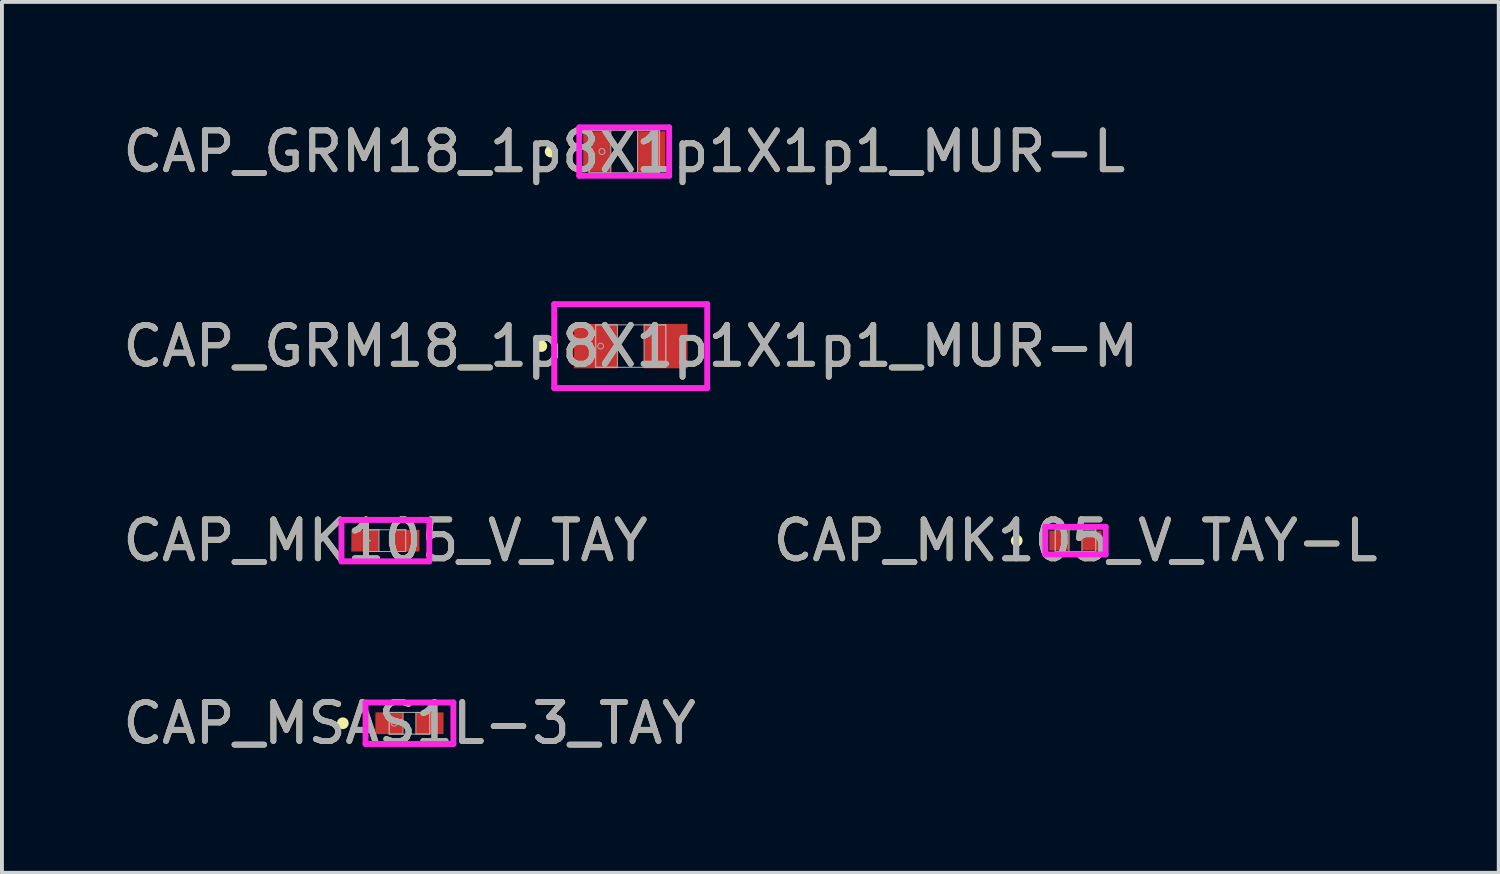
<source format=kicad_pcb>
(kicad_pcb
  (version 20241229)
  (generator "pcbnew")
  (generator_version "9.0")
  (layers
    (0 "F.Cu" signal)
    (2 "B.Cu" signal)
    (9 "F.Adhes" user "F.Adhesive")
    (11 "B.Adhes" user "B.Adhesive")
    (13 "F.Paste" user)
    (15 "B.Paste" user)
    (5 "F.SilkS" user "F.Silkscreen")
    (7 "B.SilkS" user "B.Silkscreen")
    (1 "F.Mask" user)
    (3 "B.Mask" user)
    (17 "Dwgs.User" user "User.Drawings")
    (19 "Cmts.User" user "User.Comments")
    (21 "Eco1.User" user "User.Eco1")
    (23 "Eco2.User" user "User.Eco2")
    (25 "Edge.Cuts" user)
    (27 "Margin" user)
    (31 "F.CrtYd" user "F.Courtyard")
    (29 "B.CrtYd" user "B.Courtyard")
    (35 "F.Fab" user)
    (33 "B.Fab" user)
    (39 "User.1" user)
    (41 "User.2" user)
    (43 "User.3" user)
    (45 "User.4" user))
  (footprint "CAP_MK105_V_TAY-L"
    (layer "F.Cu")
    (at 24.613 10.856)
    (property "Reference" "CAP_MK105_V_TAY-L" (at 0 0 0) (unlocked yes) (layer "F.SilkS") (effects (font (size 1 1) (thickness 0.15))))
    (attr smd)
    (fp_circle (center -1.511 0) (end -1.435 0) (stroke (width 0.152) (type solid)) (fill no) (layer "F.SilkS"))
    (fp_line (start -0.775 -0.356) (end 0.775 -0.356) (stroke (width 0.152) (type solid)) (layer "F.CrtYd"))
    (fp_line (start -0.775 0.356) (end -0.775 -0.356) (stroke (width 0.152) (type solid)) (layer "F.CrtYd"))
    (fp_line (start 0.775 -0.356) (end 0.775 0.356) (stroke (width 0.152) (type solid)) (layer "F.CrtYd"))
    (fp_line (start 0.775 0.356) (end -0.775 0.356) (stroke (width 0.152) (type solid)) (layer "F.CrtYd"))
    (fp_line (start -0.521 -0.279) (end -0.521 0.279) (stroke (width 0.025) (type solid)) (layer "F.Fab"))
    (fp_line (start -0.521 -0.279) (end -0.521 0.279) (stroke (width 0.025) (type solid)) (layer "F.Fab"))
    (fp_line (start -0.521 0.279) (end -0.165 0.279) (stroke (width 0.025) (type solid)) (layer "F.Fab"))
    (fp_line (start -0.521 0.279) (end 0.521 0.279) (stroke (width 0.025) (type solid)) (layer "F.Fab"))
    (fp_line (start -0.165 -0.279) (end -0.521 -0.279) (stroke (width 0.025) (type solid)) (layer "F.Fab"))
    (fp_line (start -0.165 0.279) (end -0.165 -0.279) (stroke (width 0.025) (type solid)) (layer "F.Fab"))
    (fp_line (start 0.165 -0.279) (end 0.165 0.279) (stroke (width 0.025) (type solid)) (layer "F.Fab"))
    (fp_line (start 0.165 0.279) (end 0.521 0.279) (stroke (width 0.025) (type solid)) (layer "F.Fab"))
    (fp_line (start 0.521 -0.279) (end -0.521 -0.279) (stroke (width 0.025) (type solid)) (layer "F.Fab"))
    (fp_line (start 0.521 -0.279) (end 0.165 -0.279) (stroke (width 0.025) (type solid)) (layer "F.Fab"))
    (fp_line (start 0.521 0.279) (end 0.521 -0.279) (stroke (width 0.025) (type solid)) (layer "F.Fab"))
    (fp_line (start 0.521 0.279) (end 0.521 -0.279) (stroke (width 0.025) (type solid)) (layer "F.Fab"))
    (fp_circle (center -0.292 0) (end -0.216 0) (stroke (width 0.025) (type solid)) (fill no) (layer "F.Fab"))
    (fp_text user "${REFERENCE}" (at 0 0 0) (unlocked yes) (layer "F.Fab") (effects (font (size 1 1) (thickness 0.15))))
    (pad "1" smd rect (at -0.419 0) (size 0.508 0.508) (layers "F.Cu" "F.Mask" "F.Paste"))
    (pad "2" smd rect (at 0.419 0) (size 0.508 0.508) (layers "F.Cu" "F.Mask" "F.Paste"))
    (zone (net_name "") (layer "F.Cu") (hatch full 0.508) (connect_pads) (min_thickness 0.254) (filled_areas_thickness no) (keepout (tracks not_allowed) (vias not_allowed) (pads allowed) (copperpour not_allowed) (footprints allowed)) (placement (enabled no)) (fill) (polygon (pts (xy 24.499 10.628) (xy 24.727 10.628) (xy 24.727 11.085) (xy 24.499 11.085)))))
  (footprint "CAP_GRM18_1p8X1p1X1p1_MUR-L"
    (layer "F.Cu")
    (at 13.006 0.848)
    (property "Reference" "CAP_GRM18_1p8X1p1X1p1_MUR-L" (at 0 0 0) (unlocked yes) (layer "F.SilkS") (effects (font (size 1 1) (thickness 0.15))))
    (attr smd)
    (fp_circle (center -1.892 0) (end -1.816 0) (stroke (width 0.152) (type solid)) (fill no) (layer "F.SilkS"))
    (fp_line (start -1.156 -0.622) (end 1.156 -0.622) (stroke (width 0.152) (type solid)) (layer "F.CrtYd"))
    (fp_line (start -1.156 0.622) (end -1.156 -0.622) (stroke (width 0.152) (type solid)) (layer "F.CrtYd"))
    (fp_line (start 1.156 -0.622) (end 1.156 0.622) (stroke (width 0.152) (type solid)) (layer "F.CrtYd"))
    (fp_line (start 1.156 0.622) (end -1.156 0.622) (stroke (width 0.152) (type solid)) (layer "F.CrtYd"))
    (fp_line (start -0.902 -0.546) (end -0.902 0.546) (stroke (width 0.025) (type solid)) (layer "F.Fab"))
    (fp_line (start -0.902 -0.546) (end -0.902 0.546) (stroke (width 0.025) (type solid)) (layer "F.Fab"))
    (fp_line (start -0.902 0.546) (end -0.343 0.546) (stroke (width 0.025) (type solid)) (layer "F.Fab"))
    (fp_line (start -0.902 0.546) (end 0.902 0.546) (stroke (width 0.025) (type solid)) (layer "F.Fab"))
    (fp_line (start -0.343 -0.546) (end -0.902 -0.546) (stroke (width 0.025) (type solid)) (layer "F.Fab"))
    (fp_line (start -0.343 0.546) (end -0.343 -0.546) (stroke (width 0.025) (type solid)) (layer "F.Fab"))
    (fp_line (start 0.343 -0.546) (end 0.343 0.546) (stroke (width 0.025) (type solid)) (layer "F.Fab"))
    (fp_line (start 0.343 0.546) (end 0.902 0.546) (stroke (width 0.025) (type solid)) (layer "F.Fab"))
    (fp_line (start 0.902 -0.546) (end -0.902 -0.546) (stroke (width 0.025) (type solid)) (layer "F.Fab"))
    (fp_line (start 0.902 -0.546) (end 0.343 -0.546) (stroke (width 0.025) (type solid)) (layer "F.Fab"))
    (fp_line (start 0.902 0.546) (end 0.902 -0.546) (stroke (width 0.025) (type solid)) (layer "F.Fab"))
    (fp_line (start 0.902 0.546) (end 0.902 -0.546) (stroke (width 0.025) (type solid)) (layer "F.Fab"))
    (fp_circle (center -0.572 0) (end -0.495 0) (stroke (width 0.025) (type solid)) (fill no) (layer "F.Fab"))
    (fp_text user "${REFERENCE}" (at 0 0 0) (unlocked yes) (layer "F.Fab") (effects (font (size 1 1) (thickness 0.15))))
    (pad "1" smd rect (at -0.699 0) (size 0.711 1.041) (layers "F.Cu" "F.Mask" "F.Paste"))
    (pad "2" smd rect (at 0.699 0) (size 0.711 1.041) (layers "F.Cu" "F.Mask" "F.Paste"))
    (zone (net_name "") (layer "F.Cu") (hatch full 0.508) (connect_pads) (min_thickness 0.254) (filled_areas_thickness no) (keepout (tracks not_allowed) (vias not_allowed) (pads allowed) (copperpour not_allowed) (footprints allowed)) (placement (enabled no)) (fill) (polygon (pts (xy 12.714 0.353) (xy 13.298 0.353) (xy 13.298 1.344) (xy 12.714 1.344)))))
  (footprint "CAP_MK105_V_TAY"
    (layer "F.Cu")
    (at 6.863 10.856)
    (property "Reference" "CAP_MK105_V_TAY" (at 0 0 0) (unlocked yes) (layer "F.SilkS") (effects (font (size 1 1) (thickness 0.15))))
    (attr smd)
    (fp_line (start -1.13 -0.533) (end 1.13 -0.533) (stroke (width 0.152) (type solid)) (layer "F.CrtYd"))
    (fp_line (start -1.13 0.533) (end -1.13 -0.533) (stroke (width 0.152) (type solid)) (layer "F.CrtYd"))
    (fp_line (start 1.13 -0.533) (end 1.13 0.533) (stroke (width 0.152) (type solid)) (layer "F.CrtYd"))
    (fp_line (start 1.13 0.533) (end -1.13 0.533) (stroke (width 0.152) (type solid)) (layer "F.CrtYd"))
    (fp_line (start -0.521 -0.279) (end -0.521 0.279) (stroke (width 0.025) (type solid)) (layer "F.Fab"))
    (fp_line (start -0.521 -0.279) (end -0.521 0.279) (stroke (width 0.025) (type solid)) (layer "F.Fab"))
    (fp_line (start -0.521 0.279) (end -0.165 0.279) (stroke (width 0.025) (type solid)) (layer "F.Fab"))
    (fp_line (start -0.521 0.279) (end 0.521 0.279) (stroke (width 0.025) (type solid)) (layer "F.Fab"))
    (fp_line (start -0.165 -0.279) (end -0.521 -0.279) (stroke (width 0.025) (type solid)) (layer "F.Fab"))
    (fp_line (start -0.165 0.279) (end -0.165 -0.279) (stroke (width 0.025) (type solid)) (layer "F.Fab"))
    (fp_line (start 0.165 -0.279) (end 0.165 0.279) (stroke (width 0.025) (type solid)) (layer "F.Fab"))
    (fp_line (start 0.165 0.279) (end 0.521 0.279) (stroke (width 0.025) (type solid)) (layer "F.Fab"))
    (fp_line (start 0.521 -0.279) (end -0.521 -0.279) (stroke (width 0.025) (type solid)) (layer "F.Fab"))
    (fp_line (start 0.521 -0.279) (end 0.165 -0.279) (stroke (width 0.025) (type solid)) (layer "F.Fab"))
    (fp_line (start 0.521 0.279) (end 0.521 -0.279) (stroke (width 0.025) (type solid)) (layer "F.Fab"))
    (fp_line (start 0.521 0.279) (end 0.521 -0.279) (stroke (width 0.025) (type solid)) (layer "F.Fab"))
    (fp_circle (center -0.394 0) (end -0.394 0) (stroke (width 0.025) (type solid)) (fill no) (layer "F.Fab"))
    (fp_text user "${REFERENCE}" (at 0 0 0) (unlocked yes) (layer "F.Fab") (effects (font (size 1 1) (thickness 0.15))))
    (pad "1" smd rect (at -0.521 0) (size 0.711 0.559) (layers "F.Cu" "F.Mask" "F.Paste"))
    (pad "2" smd rect (at 0.521 0) (size 0.711 0.559) (layers "F.Cu" "F.Mask" "F.Paste"))
    (zone (net_name "") (layer "F.Cu") (hatch full 0.508) (connect_pads) (min_thickness 0.254) (filled_areas_thickness no) (keepout (tracks not_allowed) (vias not_allowed) (pads allowed) (copperpour not_allowed) (footprints allowed)) (placement (enabled no)) (fill) (polygon (pts (xy 6.749 10.628) (xy 6.977 10.628) (xy 6.977 11.085) (xy 6.749 11.085)))))
  (footprint "CAP_GRM18_1p8X1p1X1p1_MUR-M"
    (layer "F.Cu")
    (at 13.173 5.852)
    (property "Reference" "CAP_GRM18_1p8X1p1X1p1_MUR-M" (at 0 0 0) (unlocked yes) (layer "F.SilkS") (effects (font (size 1 1) (thickness 0.15))))
    (attr smd)
    (fp_circle (center -2.299 0) (end -2.223 0) (stroke (width 0.152) (type solid)) (fill no) (layer "F.SilkS"))
    (fp_line (start -1.968 -1.079) (end 1.968 -1.079) (stroke (width 0.152) (type solid)) (layer "F.CrtYd"))
    (fp_line (start -1.968 1.079) (end -1.968 -1.079) (stroke (width 0.152) (type solid)) (layer "F.CrtYd"))
    (fp_line (start 1.968 -1.079) (end 1.968 1.079) (stroke (width 0.152) (type solid)) (layer "F.CrtYd"))
    (fp_line (start 1.968 1.079) (end -1.968 1.079) (stroke (width 0.152) (type solid)) (layer "F.CrtYd"))
    (fp_line (start -0.902 -0.546) (end -0.902 0.546) (stroke (width 0.025) (type solid)) (layer "F.Fab"))
    (fp_line (start -0.902 -0.546) (end -0.902 0.546) (stroke (width 0.025) (type solid)) (layer "F.Fab"))
    (fp_line (start -0.902 0.546) (end -0.343 0.546) (stroke (width 0.025) (type solid)) (layer "F.Fab"))
    (fp_line (start -0.902 0.546) (end 0.902 0.546) (stroke (width 0.025) (type solid)) (layer "F.Fab"))
    (fp_line (start -0.343 -0.546) (end -0.902 -0.546) (stroke (width 0.025) (type solid)) (layer "F.Fab"))
    (fp_line (start -0.343 0.546) (end -0.343 -0.546) (stroke (width 0.025) (type solid)) (layer "F.Fab"))
    (fp_line (start 0.343 -0.546) (end 0.343 0.546) (stroke (width 0.025) (type solid)) (layer "F.Fab"))
    (fp_line (start 0.343 0.546) (end 0.902 0.546) (stroke (width 0.025) (type solid)) (layer "F.Fab"))
    (fp_line (start 0.902 -0.546) (end -0.902 -0.546) (stroke (width 0.025) (type solid)) (layer "F.Fab"))
    (fp_line (start 0.902 -0.546) (end 0.343 -0.546) (stroke (width 0.025) (type solid)) (layer "F.Fab"))
    (fp_line (start 0.902 0.546) (end 0.902 -0.546) (stroke (width 0.025) (type solid)) (layer "F.Fab"))
    (fp_line (start 0.902 0.546) (end 0.902 -0.546) (stroke (width 0.025) (type solid)) (layer "F.Fab"))
    (fp_circle (center -0.775 0) (end -0.699 0) (stroke (width 0.025) (type solid)) (fill no) (layer "F.Fab"))
    (fp_text user "${REFERENCE}" (at 0 0 0) (unlocked yes) (layer "F.Fab") (effects (font (size 1 1) (thickness 0.15))))
    (pad "1" smd rect (at -0.902 0) (size 1.118 1.143) (layers "F.Cu" "F.Mask" "F.Paste"))
    (pad "2" smd rect (at 0.902 0) (size 1.118 1.143) (layers "F.Cu" "F.Mask" "F.Paste"))
    (zone (net_name "") (layer "F.Cu") (hatch full 0.508) (connect_pads) (min_thickness 0.254) (filled_areas_thickness no) (keepout (tracks not_allowed) (vias not_allowed) (pads allowed) (copperpour not_allowed) (footprints allowed)) (placement (enabled no)) (fill) (polygon (pts (xy 12.881 5.357) (xy 13.465 5.357) (xy 13.465 6.348) (xy 12.881 6.348)))))
  (footprint "CAP_MSAS1L-3_TAY"
    (layer "F.Cu")
    (at 7.482 15.553)
    (property "Reference" "CAP_MSAS1L-3_TAY" (at 0 0 0) (unlocked yes) (layer "F.SilkS") (effects (font (size 1 1) (thickness 0.15))))
    (attr smd)
    (fp_circle (center -1.714 0) (end -1.638 0) (stroke (width 0.152) (type solid)) (fill no) (layer "F.SilkS"))
    (fp_line (start -1.13 -0.533) (end 1.13 -0.533) (stroke (width 0.152) (type solid)) (layer "F.CrtYd"))
    (fp_line (start -1.13 0.533) (end -1.13 -0.533) (stroke (width 0.152) (type solid)) (layer "F.CrtYd"))
    (fp_line (start 1.13 -0.533) (end 1.13 0.533) (stroke (width 0.152) (type solid)) (layer "F.CrtYd"))
    (fp_line (start 1.13 0.533) (end -1.13 0.533) (stroke (width 0.152) (type solid)) (layer "F.CrtYd"))
    (fp_line (start -0.521 -0.279) (end -0.521 0.279) (stroke (width 0.025) (type solid)) (layer "F.Fab"))
    (fp_line (start -0.521 -0.279) (end -0.521 0.279) (stroke (width 0.025) (type solid)) (layer "F.Fab"))
    (fp_line (start -0.521 0.279) (end -0.165 0.279) (stroke (width 0.025) (type solid)) (layer "F.Fab"))
    (fp_line (start -0.521 0.279) (end 0.521 0.279) (stroke (width 0.025) (type solid)) (layer "F.Fab"))
    (fp_line (start -0.165 -0.279) (end -0.521 -0.279) (stroke (width 0.025) (type solid)) (layer "F.Fab"))
    (fp_line (start -0.165 0.279) (end -0.165 -0.279) (stroke (width 0.025) (type solid)) (layer "F.Fab"))
    (fp_line (start 0.165 -0.279) (end 0.165 0.279) (stroke (width 0.025) (type solid)) (layer "F.Fab"))
    (fp_line (start 0.165 0.279) (end 0.521 0.279) (stroke (width 0.025) (type solid)) (layer "F.Fab"))
    (fp_line (start 0.521 -0.279) (end -0.521 -0.279) (stroke (width 0.025) (type solid)) (layer "F.Fab"))
    (fp_line (start 0.521 -0.279) (end 0.165 -0.279) (stroke (width 0.025) (type solid)) (layer "F.Fab"))
    (fp_line (start 0.521 0.279) (end 0.521 -0.279) (stroke (width 0.025) (type solid)) (layer "F.Fab"))
    (fp_line (start 0.521 0.279) (end 0.521 -0.279) (stroke (width 0.025) (type solid)) (layer "F.Fab"))
    (fp_circle (center -0.394 0) (end -0.318 0) (stroke (width 0.025) (type solid)) (fill no) (layer "F.Fab"))
    (fp_text user "${REFERENCE}" (at 0 0 0) (unlocked yes) (layer "F.Fab") (effects (font (size 1 1) (thickness 0.15))))
    (pad "1" smd rect (at -0.521 0) (size 0.711 0.559) (layers "F.Cu" "F.Mask" "F.Paste"))
    (pad "2" smd rect (at 0.521 0) (size 0.711 0.559) (layers "F.Cu" "F.Mask" "F.Paste"))
    (zone (net_name "") (layer "F.Cu") (hatch full 0.508) (connect_pads) (min_thickness 0.254) (filled_areas_thickness no) (keepout (tracks not_allowed) (vias not_allowed) (pads allowed) (copperpour not_allowed) (footprints allowed)) (placement (enabled no)) (fill) (polygon (pts (xy 7.368 15.324) (xy 7.596 15.324) (xy 7.596 15.781) (xy 7.368 15.781)))))
  (gr_rect
    (start -3 -3)
    (end 35.5 19.401)
    (stroke (width 0.1) (type default))
    (fill no)
    (layer "Edge.Cuts")))
</source>
